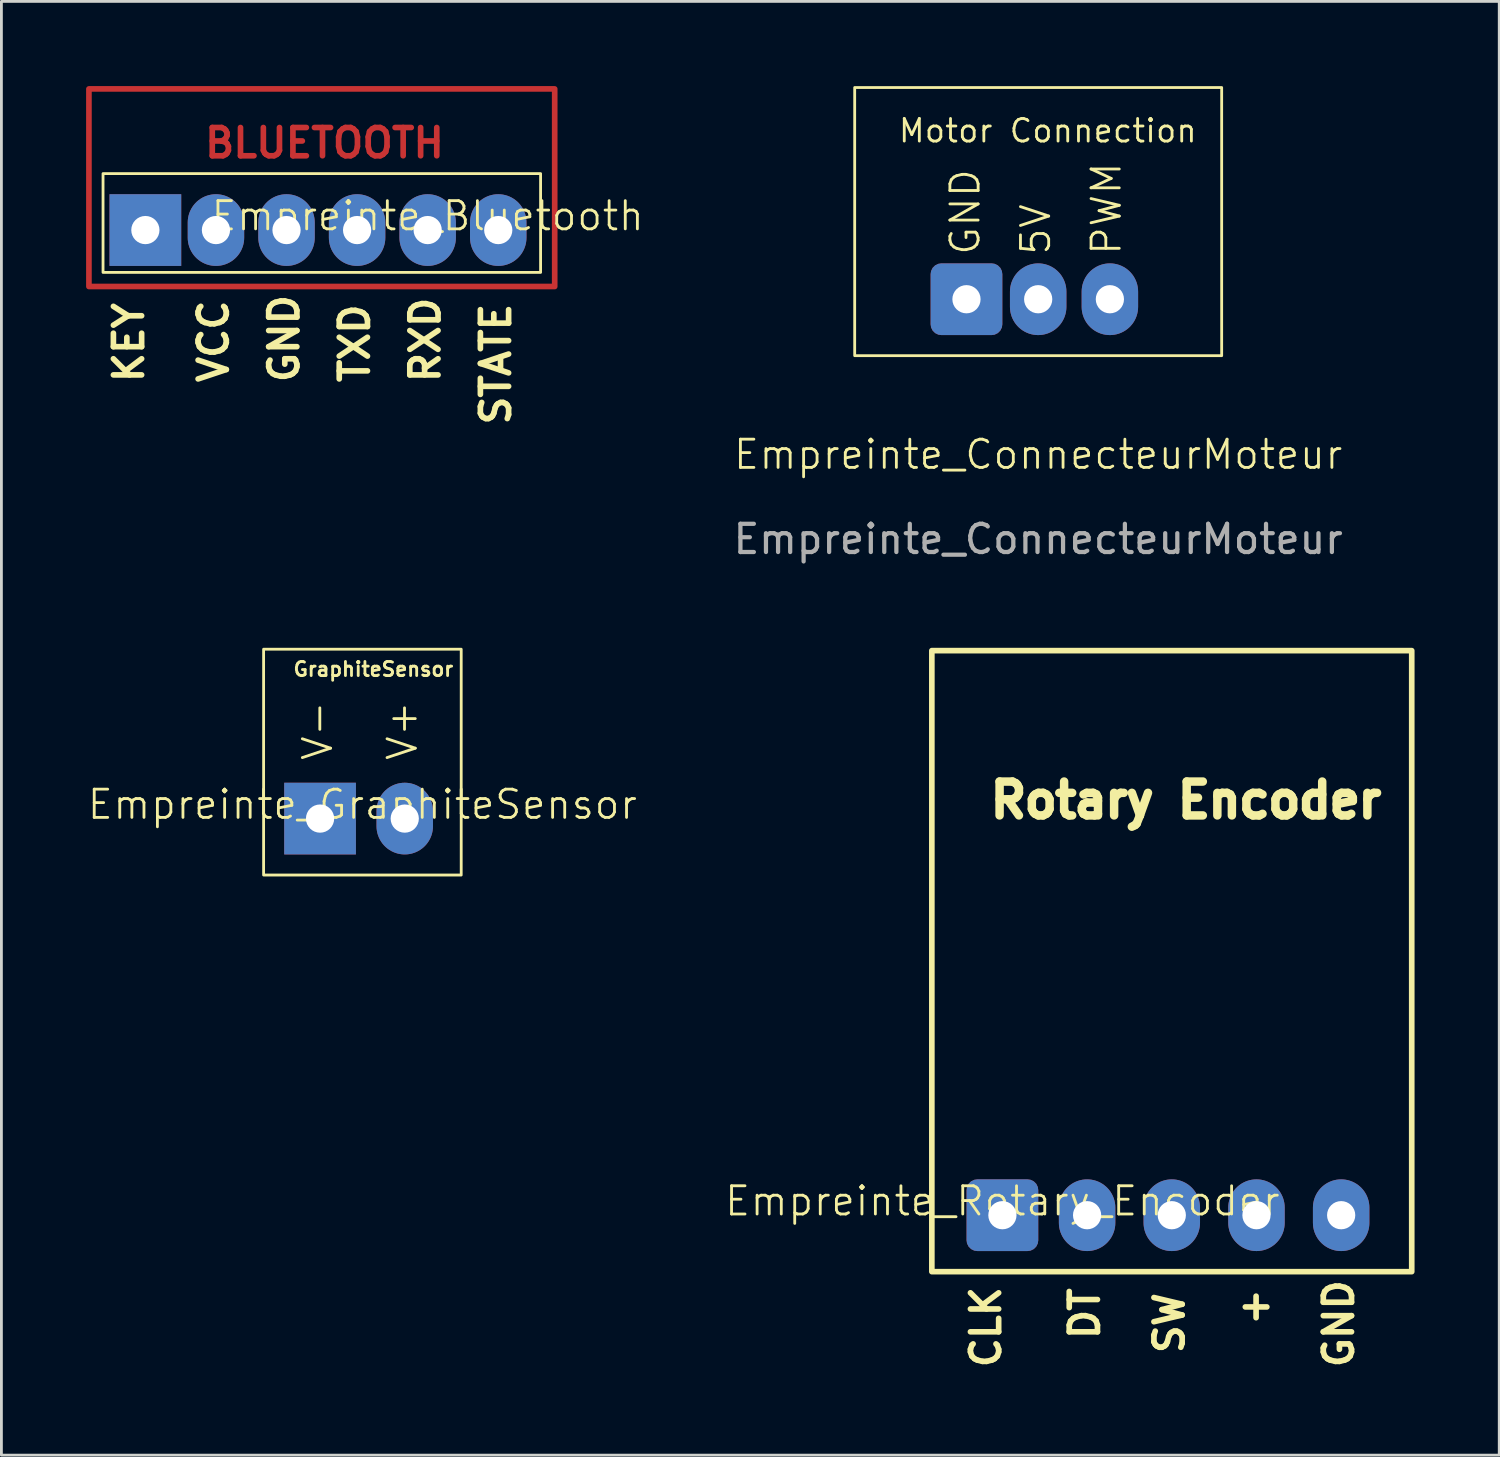
<source format=kicad_pcb>
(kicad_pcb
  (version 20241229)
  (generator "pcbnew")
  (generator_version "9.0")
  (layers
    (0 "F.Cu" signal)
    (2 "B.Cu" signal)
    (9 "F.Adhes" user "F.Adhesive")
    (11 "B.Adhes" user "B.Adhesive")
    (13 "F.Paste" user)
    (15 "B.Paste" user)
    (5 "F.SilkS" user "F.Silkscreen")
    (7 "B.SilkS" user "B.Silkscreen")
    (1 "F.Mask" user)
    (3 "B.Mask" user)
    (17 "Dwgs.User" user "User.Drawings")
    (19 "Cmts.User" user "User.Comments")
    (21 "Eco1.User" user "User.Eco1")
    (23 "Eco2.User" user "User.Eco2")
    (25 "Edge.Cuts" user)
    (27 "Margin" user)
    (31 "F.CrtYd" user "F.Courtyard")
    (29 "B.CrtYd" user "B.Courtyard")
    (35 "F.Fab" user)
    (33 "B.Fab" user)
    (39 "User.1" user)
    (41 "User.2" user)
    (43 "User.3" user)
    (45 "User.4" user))
  (footprint "Empreinte_Bluetooth"
    (layer "F.Cu")
    (at 2.1 5.1)
    (property "Reference" "Empreinte_Bluetooth" (at 10 -0.5 0) (unlocked yes) (layer "F.SilkS") (effects (font (size 1 1) (thickness 0.1))))
    (attr through_hole)
    (fp_rect (start -2 -5) (end 14.5 2) (stroke (width 0.2) (type default)) (fill no) (layer "F.Cu"))
    (fp_rect (start -1.5 -2) (end 14 1.5) (stroke (width 0.1) (type default)) (fill no) (layer "F.SilkS"))
    (fp_text user "BLUETOOTH" (at 2 -2.5 0) (unlocked yes) (layer "F.Cu") (effects (font (size 1 1) (thickness 0.2) (bold yes)) (justify left bottom)))
    (fp_text user "TXD" (at 8 5.5 90) (unlocked yes) (layer "F.SilkS") (effects (font (size 1 1) (thickness 0.2) (bold yes)) (justify left bottom)))
    (fp_text user "GND" (at 5.5 5.5 90) (unlocked yes) (layer "F.SilkS") (effects (font (size 1 1) (thickness 0.2) (bold yes)) (justify left bottom)))
    (fp_text user "KEY" (at 0 5.5 90) (unlocked yes) (layer "F.SilkS") (effects (font (size 1 1) (thickness 0.2)) (justify left bottom)))
    (fp_text user "STATE" (at 13 7 90) (unlocked yes) (layer "F.SilkS") (effects (font (size 1 1) (thickness 0.2) (bold yes)) (justify left bottom)))
    (fp_text user "RXD" (at 10.5 5.5 90) (unlocked yes) (layer "F.SilkS") (effects (font (size 1 1) (thickness 0.2) (bold yes)) (justify left bottom)))
    (fp_text user "VCC" (at 3 5.5 90) (unlocked yes) (layer "F.SilkS") (effects (font (size 1 1) (thickness 0.2) (bold yes)) (justify left bottom)))
    (pad "1" thru_hole rect (at 0 0) (size 2.54 2.54) (drill 1) (layers "*.Cu" "*.Mask"))
    (pad "2" thru_hole oval (at 2.5 0) (size 2 2.54) (drill 1) (layers "*.Cu" "*.Mask"))
    (pad "3" thru_hole oval (at 5 0) (size 2 2.54) (drill 1) (layers "*.Cu" "*.Mask"))
    (pad "4" thru_hole oval (at 7.5 0) (size 2 2.54) (drill 1) (layers "*.Cu" "*.Mask"))
    (pad "5" thru_hole oval (at 10 0) (size 2 2.54) (drill 1) (layers "*.Cu" "*.Mask"))
    (pad "6" thru_hole oval (at 12.5 0 180) (size 2 2.54) (drill 1) (layers "*.Cu" "*.Mask")))
  (footprint "Empreinte_ConnecteurMoteur"
    (layer "F.Cu")
    (at 33.727 13.55)
    (property "Reference" "Empreinte_ConnecteurMoteur" (at 0 -0.5 0) (unlocked yes) (layer "F.SilkS") (effects (font (size 1 1) (thickness 0.1))))
    (attr through_hole)
    (fp_rect (start -6.5 -13.5) (end 6.5 -4) (stroke (width 0.1) (type default)) (fill no) (layer "F.SilkS"))
    (fp_text user "GND" (at -2 -7.5 90) (unlocked yes) (layer "F.SilkS") (effects (font (size 1 1) (thickness 0.1)) (justify left bottom)))
    (fp_text user "5V" (at 0.5 -7.5 90) (unlocked yes) (layer "F.SilkS") (effects (font (size 1 1) (thickness 0.1)) (justify left bottom)))
    (fp_text user "PWM" (at 3 -7.5 90) (unlocked yes) (layer "F.SilkS") (effects (font (size 1 1) (thickness 0.1)) (justify left bottom)))
    (fp_text user "Motor Connection" (at -5 -11.5 0) (unlocked yes) (layer "F.SilkS") (effects (font (size 0.8 0.8) (thickness 0.1)) (justify left bottom)))
    (fp_text user "${REFERENCE}" (at 0 2.5 0) (unlocked yes) (layer "F.Fab") (effects (font (size 1 1) (thickness 0.15))))
    (pad "1" thru_hole roundrect (at -2.54 -6) (size 2.54 2.54) (drill 1) (layers "*.Cu" "*.Mask") (roundrect_rratio 0.15))
    (pad "2" thru_hole oval (at 0 -6) (size 2 2.54) (drill 1) (layers "*.Cu" "*.Mask"))
    (pad "3" thru_hole oval (at 2.54 -6) (size 2 2.54) (drill 1) (layers "*.Cu" "*.Mask")))
  (footprint "Empreinte_Rotary_Encoder"
    (layer "F.Cu")
    (at 32.46 39.998)
    (property "Reference" "Empreinte_Rotary_Encoder" (at 0 -0.5 0) (unlocked yes) (layer "F.SilkS") (effects (font (size 1 1) (thickness 0.1))))
    (attr through_hole)
    (fp_rect (start -2.5 -20) (end 14.5 2) (stroke (width 0.2) (type solid)) (fill no) (layer "F.SilkS"))
    (fp_text user "DT" (at 3.5 4.5 90) (unlocked yes) (layer "F.SilkS") (effects (font (size 1 1) (thickness 0.2) (bold yes)) (justify left bottom)))
    (fp_text user "CLK" (at 0 5.5 90) (unlocked yes) (layer "F.SilkS") (effects (font (size 1 1) (thickness 0.2) (bold yes)) (justify left bottom)))
    (fp_text user "SW" (at 6.5 5 90) (unlocked yes) (layer "F.SilkS") (effects (font (size 1 1) (thickness 0.2) (bold yes)) (justify left bottom)))
    (fp_text user "GND" (at 12.5 5.5 90) (unlocked yes) (layer "F.SilkS") (effects (font (size 1 1) (thickness 0.2) (bold yes)) (justify left bottom)))
    (fp_text user "Rotary Encoder" (at 6.5 -14 0) (unlocked yes) (layer "F.SilkS") (effects (font (size 1.2 1.2) (thickness 0.3) (bold yes)) (justify bottom)))
    (fp_text user "+" (at 9.5 4 90) (unlocked yes) (layer "F.SilkS") (effects (font (size 1 1) (thickness 0.2) (bold yes)) (justify left bottom)))
    (pad "1" thru_hole roundrect (at 0 0) (size 2.54 2.54) (drill 1) (layers "*.Cu" "*.Mask") (roundrect_rratio 0.15))
    (pad "2" thru_hole oval (at 3 0) (size 2 2.54) (drill 1) (layers "*.Cu" "*.Mask"))
    (pad "3" thru_hole oval (at 6 0) (size 2 2.54) (drill 1) (layers "*.Cu" "*.Mask"))
    (pad "4" thru_hole oval (at 9 0) (size 2 2.54) (drill 1) (layers "*.Cu" "*.Mask"))
    (pad "5" thru_hole oval (at 12 0) (size 2 2.54) (drill 1) (layers "*.Cu" "*.Mask")))
  (footprint "Empreinte_GraphiteSensor"
    (layer "F.Cu")
    (at 9.788 25.948)
    (property "Reference" "Empreinte_GraphiteSensor" (at 0 -0.5 0) (unlocked yes) (layer "F.SilkS") (effects (font (size 1 1) (thickness 0.1))))
    (attr through_hole)
    (fp_rect (start -3.5 -6) (end 3.5 2) (stroke (width 0.1) (type default)) (fill no) (layer "F.SilkS"))
    (fp_text user "V-" (at -1 -2 90) (unlocked yes) (layer "F.SilkS") (effects (font (size 1 1) (thickness 0.1)) (justify left bottom)))
    (fp_text user "V+" (at 2 -2 90) (unlocked yes) (layer "F.SilkS") (effects (font (size 1 1) (thickness 0.1)) (justify left bottom)))
    (fp_text user "GraphiteSensor" (at -2.5 -5 0) (unlocked yes) (layer "F.SilkS") (effects (font (size 0.5 0.5) (thickness 0.1)) (justify left bottom)))
    (pad "1" thru_hole rect (at -1.5 0) (size 2.54 2.54) (drill 1) (layers "*.Cu" "*.Mask"))
    (pad "2" thru_hole oval (at 1.5 0) (size 2 2.54) (drill 1) (layers "*.Cu" "*.Mask")))
  (gr_rect
    (start -3 -3)
    (end 50.06 48.498)
    (stroke (width 0.1) (type default))
    (fill no)
    (layer "Edge.Cuts")))
</source>
